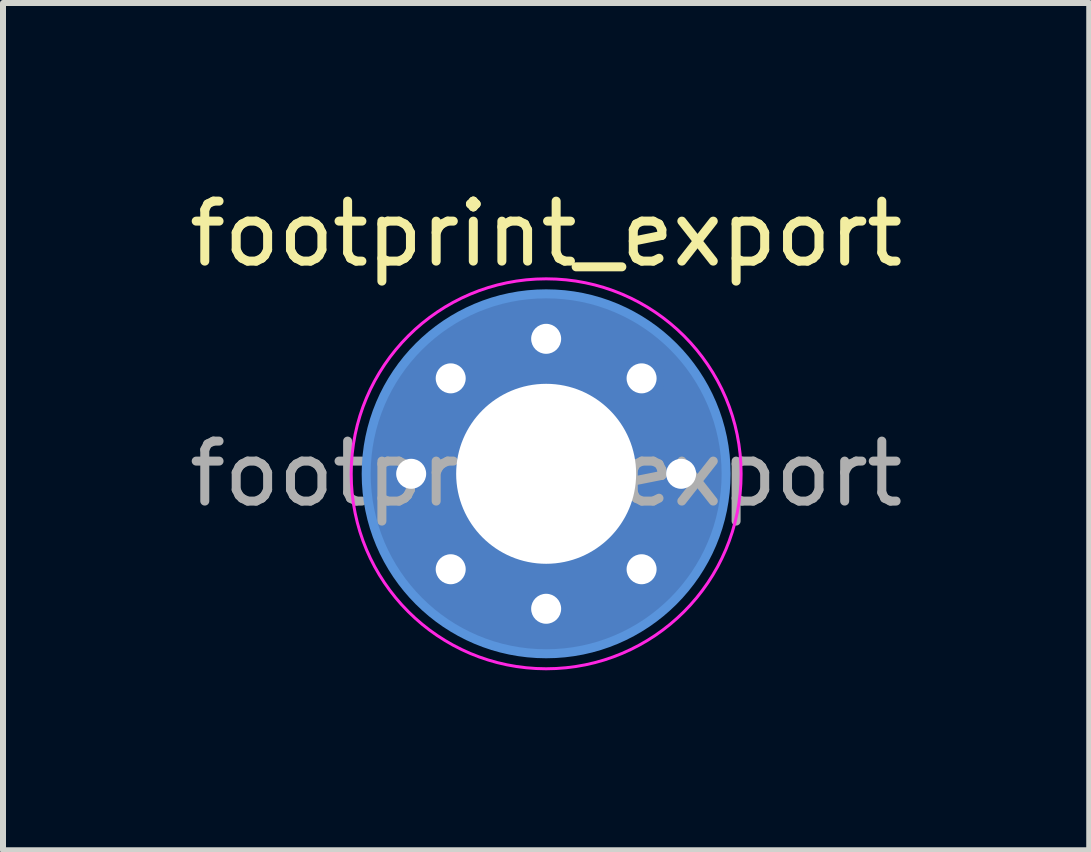
<source format=kicad_pcb>
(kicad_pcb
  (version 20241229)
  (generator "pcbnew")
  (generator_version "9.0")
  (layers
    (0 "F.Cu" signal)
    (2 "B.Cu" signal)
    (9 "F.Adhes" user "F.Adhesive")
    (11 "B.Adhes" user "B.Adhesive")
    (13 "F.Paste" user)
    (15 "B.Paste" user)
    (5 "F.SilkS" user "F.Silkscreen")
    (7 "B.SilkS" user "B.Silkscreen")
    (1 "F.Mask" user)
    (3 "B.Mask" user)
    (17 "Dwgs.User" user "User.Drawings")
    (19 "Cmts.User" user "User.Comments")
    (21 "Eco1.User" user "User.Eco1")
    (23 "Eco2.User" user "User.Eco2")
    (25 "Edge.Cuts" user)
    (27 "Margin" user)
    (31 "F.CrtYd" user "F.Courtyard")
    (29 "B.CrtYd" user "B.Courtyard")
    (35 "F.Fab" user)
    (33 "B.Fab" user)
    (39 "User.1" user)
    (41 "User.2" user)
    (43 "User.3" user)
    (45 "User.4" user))
  (footprint "footprint_export"
    (layer "F.Cu")
    (at 6.054 4.848)
    (property "Reference" "footprint_export" (at 0 -4 0) (layer "F.SilkS") (effects (font (size 1 1) (thickness 0.15))))
    (attr exclude_from_pos_files exclude_from_bom)
    (fp_circle (center 0 0) (end 3 0) (stroke (width 0.15) (type solid)) (fill no) (layer "Cmts.User"))
    (fp_circle (center 0 0) (end 3.25 0) (stroke (width 0.05) (type solid)) (fill no) (layer "F.CrtYd"))
    (fp_text user "${REFERENCE}" (at 0 0 0) (layer "F.Fab") (effects (font (size 1 1) (thickness 0.15))))
    (pad "1" thru_hole circle (at -2.25 0) (size 0.8 0.8) (drill 0.5) (layers "*.Cu" "*.Mask"))
    (pad "1" thru_hole circle (at -1.591 -1.591) (size 0.8 0.8) (drill 0.5) (layers "*.Cu" "*.Mask"))
    (pad "1" thru_hole circle (at -1.591 1.591) (size 0.8 0.8) (drill 0.5) (layers "*.Cu" "*.Mask"))
    (pad "1" thru_hole circle (at 0 -2.25) (size 0.8 0.8) (drill 0.5) (layers "*.Cu" "*.Mask"))
    (pad "1" thru_hole circle (at 0 0) (size 6 6) (drill 3) (layers "*.Cu" "*.Mask"))
    (pad "1" thru_hole circle (at 0 2.25) (size 0.8 0.8) (drill 0.5) (layers "*.Cu" "*.Mask"))
    (pad "1" thru_hole circle (at 1.591 -1.591) (size 0.8 0.8) (drill 0.5) (layers "*.Cu" "*.Mask"))
    (pad "1" thru_hole circle (at 1.591 1.591) (size 0.8 0.8) (drill 0.5) (layers "*.Cu" "*.Mask"))
    (pad "1" thru_hole circle (at 2.25 0) (size 0.8 0.8) (drill 0.5) (layers "*.Cu" "*.Mask")))
  (gr_rect
    (start -3 -3)
    (end 15.107 11.123)
    (stroke (width 0.1) (type default))
    (fill no)
    (layer "Edge.Cuts")))
</source>
